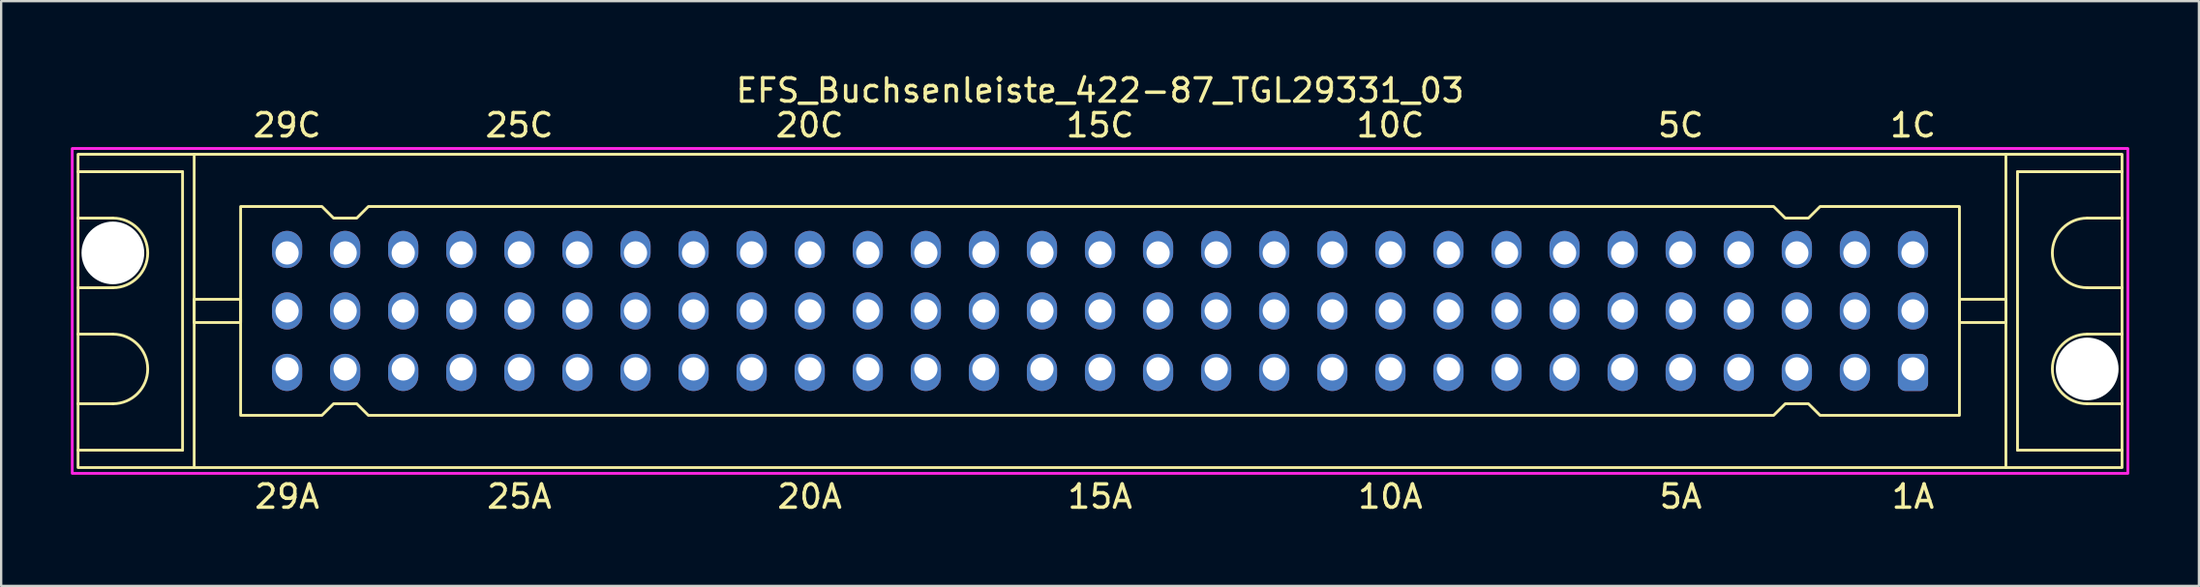
<source format=kicad_pcb>
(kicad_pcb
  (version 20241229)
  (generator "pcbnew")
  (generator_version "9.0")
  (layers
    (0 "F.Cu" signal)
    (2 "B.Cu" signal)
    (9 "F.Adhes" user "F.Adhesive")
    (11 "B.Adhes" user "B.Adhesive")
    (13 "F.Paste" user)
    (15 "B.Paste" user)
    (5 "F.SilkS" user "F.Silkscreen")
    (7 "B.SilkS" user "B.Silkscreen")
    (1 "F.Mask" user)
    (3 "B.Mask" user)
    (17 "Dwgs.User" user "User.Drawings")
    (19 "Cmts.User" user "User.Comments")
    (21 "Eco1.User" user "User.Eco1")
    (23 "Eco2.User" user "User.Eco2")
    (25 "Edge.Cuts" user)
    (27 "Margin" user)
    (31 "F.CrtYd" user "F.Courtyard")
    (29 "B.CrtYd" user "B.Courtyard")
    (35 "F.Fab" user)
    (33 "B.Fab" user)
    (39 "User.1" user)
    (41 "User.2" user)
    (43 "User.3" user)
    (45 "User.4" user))
  (footprint "EFS_Buchsenleiste_422-87_TGL29331_03"
    (layer "F.Cu")
    (at 44.31 10.348)
    (property "Reference" "EFS_Buchsenleiste_422-87_TGL29331_03" (at 0 -9.5 180) (layer "F.SilkS") (effects (font (size 1 1) (thickness 0.15))))
    (attr through_hole)
    (fp_line (start -44 -6) (end -39.5 -6) (stroke (width 0.12) (type solid)) (layer "F.SilkS"))
    (fp_line (start -42.5 -4) (end -44 -4) (stroke (width 0.12) (type solid)) (layer "F.SilkS"))
    (fp_line (start -42.5 -1) (end -44 -1) (stroke (width 0.12) (type solid)) (layer "F.SilkS"))
    (fp_line (start -42.5 1) (end -44 1) (stroke (width 0.12) (type solid)) (layer "F.SilkS"))
    (fp_line (start -42.5 4) (end -44 4) (stroke (width 0.12) (type solid)) (layer "F.SilkS"))
    (fp_line (start -39.5 -6) (end -39.5 6) (stroke (width 0.12) (type solid)) (layer "F.SilkS"))
    (fp_line (start -39.5 6) (end -44 6) (stroke (width 0.12) (type solid)) (layer "F.SilkS"))
    (fp_line (start -39 6.75) (end -39 -6.75) (stroke (width 0.12) (type solid)) (layer "F.SilkS"))
    (fp_line (start 39 6.75) (end 39 -6.75) (stroke (width 0.12) (type solid)) (layer "F.SilkS"))
    (fp_line (start 39.5 -6) (end 39.5 6) (stroke (width 0.12) (type solid)) (layer "F.SilkS"))
    (fp_line (start 39.5 6) (end 44 6) (stroke (width 0.12) (type solid)) (layer "F.SilkS"))
    (fp_line (start 42.5 -4) (end 44 -4) (stroke (width 0.12) (type solid)) (layer "F.SilkS"))
    (fp_line (start 42.5 -1) (end 44 -1) (stroke (width 0.12) (type solid)) (layer "F.SilkS"))
    (fp_line (start 42.5 1) (end 44 1) (stroke (width 0.12) (type solid)) (layer "F.SilkS"))
    (fp_line (start 42.5 4) (end 44 4) (stroke (width 0.12) (type solid)) (layer "F.SilkS"))
    (fp_line (start 44 -6) (end 39.5 -6) (stroke (width 0.12) (type solid)) (layer "F.SilkS"))
    (fp_rect (start -44 -6.75) (end 44 6.75) (stroke (width 0.12) (type solid)) (fill no) (layer "F.SilkS"))
    (fp_rect (start -39 -0.5) (end -37 0.5) (stroke (width 0.12) (type solid)) (fill no) (layer "F.SilkS"))
    (fp_rect (start 39 -0.5) (end 37 0.5) (stroke (width 0.12) (type solid)) (fill no) (layer "F.SilkS"))
    (fp_arc (start -42.5 -4) (mid -41 -2.5) (end -42.5 -1) (stroke (width 0.12) (type solid)) (layer "F.SilkS"))
    (fp_arc (start -42.5 1) (mid -41 2.5) (end -42.5 4) (stroke (width 0.12) (type solid)) (layer "F.SilkS"))
    (fp_arc (start 42.5 -1) (mid 41 -2.5) (end 42.5 -4) (stroke (width 0.12) (type solid)) (layer "F.SilkS"))
    (fp_arc (start 42.5 4) (mid 41 2.5) (end 42.5 1) (stroke (width 0.12) (type solid)) (layer "F.SilkS"))
    (fp_poly (pts (xy -33 -4) (xy -32 -4) (xy -31.5 -4.5) (xy 29 -4.5) (xy 29.5 -4) (xy 30.5 -4) (xy 31 -4.5) (xy 37 -4.5) (xy 37 4.5) (xy 31 4.5) (xy 30.5 4) (xy 29.5 4) (xy 29 4.5) (xy -31.5 4.5) (xy -32 4) (xy -33 4) (xy -33.5 4.5) (xy -37 4.5) (xy -37 -4.5) (xy -33.5 -4.5)) (stroke (width 0.12) (type solid)) (fill no) (layer "F.SilkS"))
    (fp_rect (start -44.25 -7) (end 44.25 7) (stroke (width 0.12) (type solid)) (fill no) (layer "F.CrtYd"))
    (fp_text user "25C" (at -25 -8 180) (layer "F.SilkS") (effects (font (size 1 1) (thickness 0.15))))
    (fp_text user "20A" (at -12.5 8 180) (layer "F.SilkS") (effects (font (size 1 1) (thickness 0.15))))
    (fp_text user "15C" (at 0 -8 180) (layer "F.SilkS") (effects (font (size 1 1) (thickness 0.15))))
    (fp_text user "20C" (at -12.5 -8 180) (layer "F.SilkS") (effects (font (size 1 1) (thickness 0.15))))
    (fp_text user "29A" (at -35 8 180) (layer "F.SilkS") (effects (font (size 1 1) (thickness 0.15))))
    (fp_text user "5C" (at 25 -8 180) (layer "F.SilkS") (effects (font (size 1 1) (thickness 0.15))))
    (fp_text user "10A" (at 12.5 8 180) (layer "F.SilkS") (effects (font (size 1 1) (thickness 0.15))))
    (fp_text user "25A" (at -25 8 180) (layer "F.SilkS") (effects (font (size 1 1) (thickness 0.15))))
    (fp_text user "15A" (at 0 8 180) (layer "F.SilkS") (effects (font (size 1 1) (thickness 0.15))))
    (fp_text user "1A" (at 35 8 180) (layer "F.SilkS") (effects (font (size 1 1) (thickness 0.15))))
    (fp_text user "1C" (at 35 -8 180) (layer "F.SilkS") (effects (font (size 1 1) (thickness 0.15))))
    (fp_text user "29C" (at -35 -8 180) (layer "F.SilkS") (effects (font (size 1 1) (thickness 0.15))))
    (fp_text user "5A" (at 25 8 180) (layer "F.SilkS") (effects (font (size 1 1) (thickness 0.15))))
    (fp_text user "10C" (at 12.5 -8 180) (layer "F.SilkS") (effects (font (size 1 1) (thickness 0.15))))
    (pad "" np_thru_hole circle (at -42.5 -2.5) (size 2.7 2.7) (drill 2.7) (layers "*.Cu" "*.Mask"))
    (pad "" np_thru_hole circle (at 42.5 2.5) (size 2.7 2.7) (drill 2.7) (layers "*.Cu" "*.Mask"))
    (pad "1a" thru_hole roundrect (at 35 2.5 180) (size 1.3 1.6) (drill 1 (offset 0 -0.15)) (layers "*.Cu" "*.Mask") (roundrect_rratio 0.25))
    (pad "1b" thru_hole oval (at 35 0 180) (size 1.3 1.6) (drill 1) (layers "*.Cu" "*.Mask"))
    (pad "1c" thru_hole oval (at 35 -2.5 180) (size 1.3 1.6) (drill 1 (offset 0 0.15)) (layers "*.Cu" "*.Mask"))
    (pad "2a" thru_hole oval (at 32.5 2.5 180) (size 1.3 1.6) (drill 1 (offset 0 -0.15)) (layers "*.Cu" "*.Mask"))
    (pad "2b" thru_hole oval (at 32.5 0 180) (size 1.3 1.6) (drill 1) (layers "*.Cu" "*.Mask"))
    (pad "2c" thru_hole oval (at 32.5 -2.5 180) (size 1.3 1.6) (drill 1 (offset 0 0.15)) (layers "*.Cu" "*.Mask"))
    (pad "3a" thru_hole oval (at 30 2.5 180) (size 1.3 1.6) (drill 1 (offset 0 -0.15)) (layers "*.Cu" "*.Mask"))
    (pad "3b" thru_hole oval (at 30 0 180) (size 1.3 1.6) (drill 1) (layers "*.Cu" "*.Mask"))
    (pad "3c" thru_hole oval (at 30 -2.5 180) (size 1.3 1.6) (drill 1 (offset 0 0.15)) (layers "*.Cu" "*.Mask"))
    (pad "4a" thru_hole oval (at 27.5 2.5 180) (size 1.3 1.6) (drill 1 (offset 0 -0.15)) (layers "*.Cu" "*.Mask"))
    (pad "4b" thru_hole oval (at 27.5 0 180) (size 1.3 1.6) (drill 1) (layers "*.Cu" "*.Mask"))
    (pad "4c" thru_hole oval (at 27.5 -2.5 180) (size 1.3 1.6) (drill 1 (offset 0 0.15)) (layers "*.Cu" "*.Mask"))
    (pad "5a" thru_hole oval (at 25 2.5 180) (size 1.3 1.6) (drill 1 (offset 0 -0.15)) (layers "*.Cu" "*.Mask"))
    (pad "5b" thru_hole oval (at 25 0 180) (size 1.3 1.6) (drill 1) (layers "*.Cu" "*.Mask"))
    (pad "5c" thru_hole oval (at 25 -2.5 180) (size 1.3 1.6) (drill 1 (offset 0 0.15)) (layers "*.Cu" "*.Mask"))
    (pad "6a" thru_hole oval (at 22.5 2.5 180) (size 1.3 1.6) (drill 1 (offset 0 -0.15)) (layers "*.Cu" "*.Mask"))
    (pad "6b" thru_hole oval (at 22.5 0 180) (size 1.3 1.6) (drill 1) (layers "*.Cu" "*.Mask"))
    (pad "6c" thru_hole oval (at 22.5 -2.5 180) (size 1.3 1.6) (drill 1 (offset 0 0.15)) (layers "*.Cu" "*.Mask"))
    (pad "7a" thru_hole oval (at 20 2.5 180) (size 1.3 1.6) (drill 1 (offset 0 -0.15)) (layers "*.Cu" "*.Mask"))
    (pad "7b" thru_hole oval (at 20 0 180) (size 1.3 1.6) (drill 1) (layers "*.Cu" "*.Mask"))
    (pad "7c" thru_hole oval (at 20 -2.5 180) (size 1.3 1.6) (drill 1 (offset 0 0.15)) (layers "*.Cu" "*.Mask"))
    (pad "8a" thru_hole oval (at 17.5 2.5 180) (size 1.3 1.6) (drill 1 (offset 0 -0.15)) (layers "*.Cu" "*.Mask"))
    (pad "8b" thru_hole oval (at 17.5 0 180) (size 1.3 1.6) (drill 1) (layers "*.Cu" "*.Mask"))
    (pad "8c" thru_hole oval (at 17.5 -2.5 180) (size 1.3 1.6) (drill 1 (offset 0 0.15)) (layers "*.Cu" "*.Mask"))
    (pad "9a" thru_hole oval (at 15 2.5 180) (size 1.3 1.6) (drill 1 (offset 0 -0.15)) (layers "*.Cu" "*.Mask"))
    (pad "9b" thru_hole oval (at 15 0 180) (size 1.3 1.6) (drill 1) (layers "*.Cu" "*.Mask"))
    (pad "9c" thru_hole oval (at 15 -2.5 180) (size 1.3 1.6) (drill 1 (offset 0 0.15)) (layers "*.Cu" "*.Mask"))
    (pad "10a" thru_hole oval (at 12.5 2.5 180) (size 1.3 1.6) (drill 1 (offset 0 -0.15)) (layers "*.Cu" "*.Mask"))
    (pad "10b" thru_hole oval (at 12.5 0 180) (size 1.3 1.6) (drill 1) (layers "*.Cu" "*.Mask"))
    (pad "10c" thru_hole oval (at 12.5 -2.5 180) (size 1.3 1.6) (drill 1 (offset 0 0.15)) (layers "*.Cu" "*.Mask"))
    (pad "11a" thru_hole oval (at 10 2.5 180) (size 1.3 1.6) (drill 1 (offset 0 -0.15)) (layers "*.Cu" "*.Mask"))
    (pad "11b" thru_hole oval (at 10 0 180) (size 1.3 1.6) (drill 1) (layers "*.Cu" "*.Mask"))
    (pad "11c" thru_hole oval (at 10 -2.5 180) (size 1.3 1.6) (drill 1 (offset 0 0.15)) (layers "*.Cu" "*.Mask"))
    (pad "12a" thru_hole oval (at 7.5 2.5 180) (size 1.3 1.6) (drill 1 (offset 0 -0.15)) (layers "*.Cu" "*.Mask"))
    (pad "12b" thru_hole oval (at 7.5 0 180) (size 1.3 1.6) (drill 1) (layers "*.Cu" "*.Mask"))
    (pad "12c" thru_hole oval (at 7.5 -2.5 180) (size 1.3 1.6) (drill 1 (offset 0 0.15)) (layers "*.Cu" "*.Mask"))
    (pad "13a" thru_hole oval (at 5 2.5 180) (size 1.3 1.6) (drill 1 (offset 0 -0.15)) (layers "*.Cu" "*.Mask"))
    (pad "13b" thru_hole oval (at 5 0 180) (size 1.3 1.6) (drill 1) (layers "*.Cu" "*.Mask"))
    (pad "13c" thru_hole oval (at 5 -2.5 180) (size 1.3 1.6) (drill 1 (offset 0 0.15)) (layers "*.Cu" "*.Mask"))
    (pad "14a" thru_hole oval (at 2.5 2.5 180) (size 1.3 1.6) (drill 1 (offset 0 -0.15)) (layers "*.Cu" "*.Mask"))
    (pad "14b" thru_hole oval (at 2.5 0 180) (size 1.3 1.6) (drill 1) (layers "*.Cu" "*.Mask"))
    (pad "14c" thru_hole oval (at 2.5 -2.5 180) (size 1.3 1.6) (drill 1 (offset 0 0.15)) (layers "*.Cu" "*.Mask"))
    (pad "15a" thru_hole oval (at 0 2.5 180) (size 1.3 1.6) (drill 1 (offset 0 -0.15)) (layers "*.Cu" "*.Mask"))
    (pad "15b" thru_hole oval (at 0 0 180) (size 1.3 1.6) (drill 1) (layers "*.Cu" "*.Mask"))
    (pad "15c" thru_hole oval (at 0 -2.5 180) (size 1.3 1.6) (drill 1 (offset 0 0.15)) (layers "*.Cu" "*.Mask"))
    (pad "16a" thru_hole oval (at -2.5 2.5 180) (size 1.3 1.6) (drill 1 (offset 0 -0.15)) (layers "*.Cu" "*.Mask"))
    (pad "16b" thru_hole oval (at -2.5 0 180) (size 1.3 1.6) (drill 1) (layers "*.Cu" "*.Mask"))
    (pad "16c" thru_hole oval (at -2.5 -2.5 180) (size 1.3 1.6) (drill 1 (offset 0 0.15)) (layers "*.Cu" "*.Mask"))
    (pad "17a" thru_hole oval (at -5 2.5 180) (size 1.3 1.6) (drill 1 (offset 0 -0.15)) (layers "*.Cu" "*.Mask"))
    (pad "17b" thru_hole oval (at -5 0 180) (size 1.3 1.6) (drill 1) (layers "*.Cu" "*.Mask"))
    (pad "17c" thru_hole oval (at -5 -2.5 180) (size 1.3 1.6) (drill 1 (offset 0 0.15)) (layers "*.Cu" "*.Mask"))
    (pad "18a" thru_hole oval (at -7.5 2.5 180) (size 1.3 1.6) (drill 1 (offset 0 -0.15)) (layers "*.Cu" "*.Mask"))
    (pad "18b" thru_hole oval (at -7.5 0 180) (size 1.3 1.6) (drill 1) (layers "*.Cu" "*.Mask"))
    (pad "18c" thru_hole oval (at -7.5 -2.5 180) (size 1.3 1.6) (drill 1 (offset 0 0.15)) (layers "*.Cu" "*.Mask"))
    (pad "19a" thru_hole oval (at -10 2.5 180) (size 1.3 1.6) (drill 1 (offset 0 -0.15)) (layers "*.Cu" "*.Mask"))
    (pad "19b" thru_hole oval (at -10 0 180) (size 1.3 1.6) (drill 1) (layers "*.Cu" "*.Mask"))
    (pad "19c" thru_hole oval (at -10 -2.5 180) (size 1.3 1.6) (drill 1 (offset 0 0.15)) (layers "*.Cu" "*.Mask"))
    (pad "20a" thru_hole oval (at -12.5 2.5 180) (size 1.3 1.6) (drill 1 (offset 0 -0.15)) (layers "*.Cu" "*.Mask"))
    (pad "20b" thru_hole oval (at -12.5 0 180) (size 1.3 1.6) (drill 1) (layers "*.Cu" "*.Mask"))
    (pad "20c" thru_hole oval (at -12.5 -2.5 180) (size 1.3 1.6) (drill 1 (offset 0 0.15)) (layers "*.Cu" "*.Mask"))
    (pad "21a" thru_hole oval (at -15 2.5 180) (size 1.3 1.6) (drill 1 (offset 0 -0.15)) (layers "*.Cu" "*.Mask"))
    (pad "21b" thru_hole oval (at -15 0 180) (size 1.3 1.6) (drill 1) (layers "*.Cu" "*.Mask"))
    (pad "21c" thru_hole oval (at -15 -2.5 180) (size 1.3 1.6) (drill 1 (offset 0 0.15)) (layers "*.Cu" "*.Mask"))
    (pad "22a" thru_hole oval (at -17.5 2.5 180) (size 1.3 1.6) (drill 1 (offset 0 -0.15)) (layers "*.Cu" "*.Mask"))
    (pad "22b" thru_hole oval (at -17.5 0 180) (size 1.3 1.6) (drill 1) (layers "*.Cu" "*.Mask"))
    (pad "22c" thru_hole oval (at -17.5 -2.5 180) (size 1.3 1.6) (drill 1 (offset 0 0.15)) (layers "*.Cu" "*.Mask"))
    (pad "23a" thru_hole oval (at -20 2.5 180) (size 1.3 1.6) (drill 1 (offset 0 -0.15)) (layers "*.Cu" "*.Mask"))
    (pad "23b" thru_hole oval (at -20 0 180) (size 1.3 1.6) (drill 1) (layers "*.Cu" "*.Mask"))
    (pad "23c" thru_hole oval (at -20 -2.5 180) (size 1.3 1.6) (drill 1 (offset 0 0.15)) (layers "*.Cu" "*.Mask"))
    (pad "24a" thru_hole oval (at -22.5 2.5 180) (size 1.3 1.6) (drill 1 (offset 0 -0.15)) (layers "*.Cu" "*.Mask"))
    (pad "24b" thru_hole oval (at -22.5 0 180) (size 1.3 1.6) (drill 1) (layers "*.Cu" "*.Mask"))
    (pad "24c" thru_hole oval (at -22.5 -2.5 180) (size 1.3 1.6) (drill 1 (offset 0 0.15)) (layers "*.Cu" "*.Mask"))
    (pad "25a" thru_hole oval (at -25 2.5 180) (size 1.3 1.6) (drill 1 (offset 0 -0.15)) (layers "*.Cu" "*.Mask"))
    (pad "25b" thru_hole oval (at -25 0 180) (size 1.3 1.6) (drill 1) (layers "*.Cu" "*.Mask"))
    (pad "25c" thru_hole oval (at -25 -2.5 180) (size 1.3 1.6) (drill 1 (offset 0 0.15)) (layers "*.Cu" "*.Mask"))
    (pad "26a" thru_hole oval (at -27.5 2.5 180) (size 1.3 1.6) (drill 1 (offset 0 -0.15)) (layers "*.Cu" "*.Mask"))
    (pad "26b" thru_hole oval (at -27.5 0 180) (size 1.3 1.6) (drill 1) (layers "*.Cu" "*.Mask"))
    (pad "26c" thru_hole oval (at -27.5 -2.5 180) (size 1.3 1.6) (drill 1 (offset 0 0.15)) (layers "*.Cu" "*.Mask"))
    (pad "27a" thru_hole oval (at -30 2.5 180) (size 1.3 1.6) (drill 1 (offset 0 -0.15)) (layers "*.Cu" "*.Mask"))
    (pad "27b" thru_hole oval (at -30 0 180) (size 1.3 1.6) (drill 1) (layers "*.Cu" "*.Mask"))
    (pad "27c" thru_hole oval (at -30 -2.5 180) (size 1.3 1.6) (drill 1 (offset 0 0.15)) (layers "*.Cu" "*.Mask"))
    (pad "28a" thru_hole oval (at -32.5 2.5 180) (size 1.3 1.6) (drill 1 (offset 0 -0.15)) (layers "*.Cu" "*.Mask"))
    (pad "28b" thru_hole oval (at -32.5 0 180) (size 1.3 1.6) (drill 1) (layers "*.Cu" "*.Mask"))
    (pad "28c" thru_hole oval (at -32.5 -2.5 180) (size 1.3 1.6) (drill 1 (offset 0 0.15)) (layers "*.Cu" "*.Mask"))
    (pad "29a" thru_hole oval (at -35 2.5 180) (size 1.3 1.6) (drill 1 (offset 0 -0.15)) (layers "*.Cu" "*.Mask"))
    (pad "29b" thru_hole oval (at -35 0 180) (size 1.3 1.6) (drill 1) (layers "*.Cu" "*.Mask"))
    (pad "29c" thru_hole oval (at -35 -2.5 180) (size 1.3 1.6) (drill 1 (offset 0 0.15)) (layers "*.Cu" "*.Mask")))
  (gr_rect
    (start -3 -3)
    (end 91.62 22.197)
    (stroke (width 0.1) (type default))
    (fill no)
    (layer "Edge.Cuts")))
</source>
